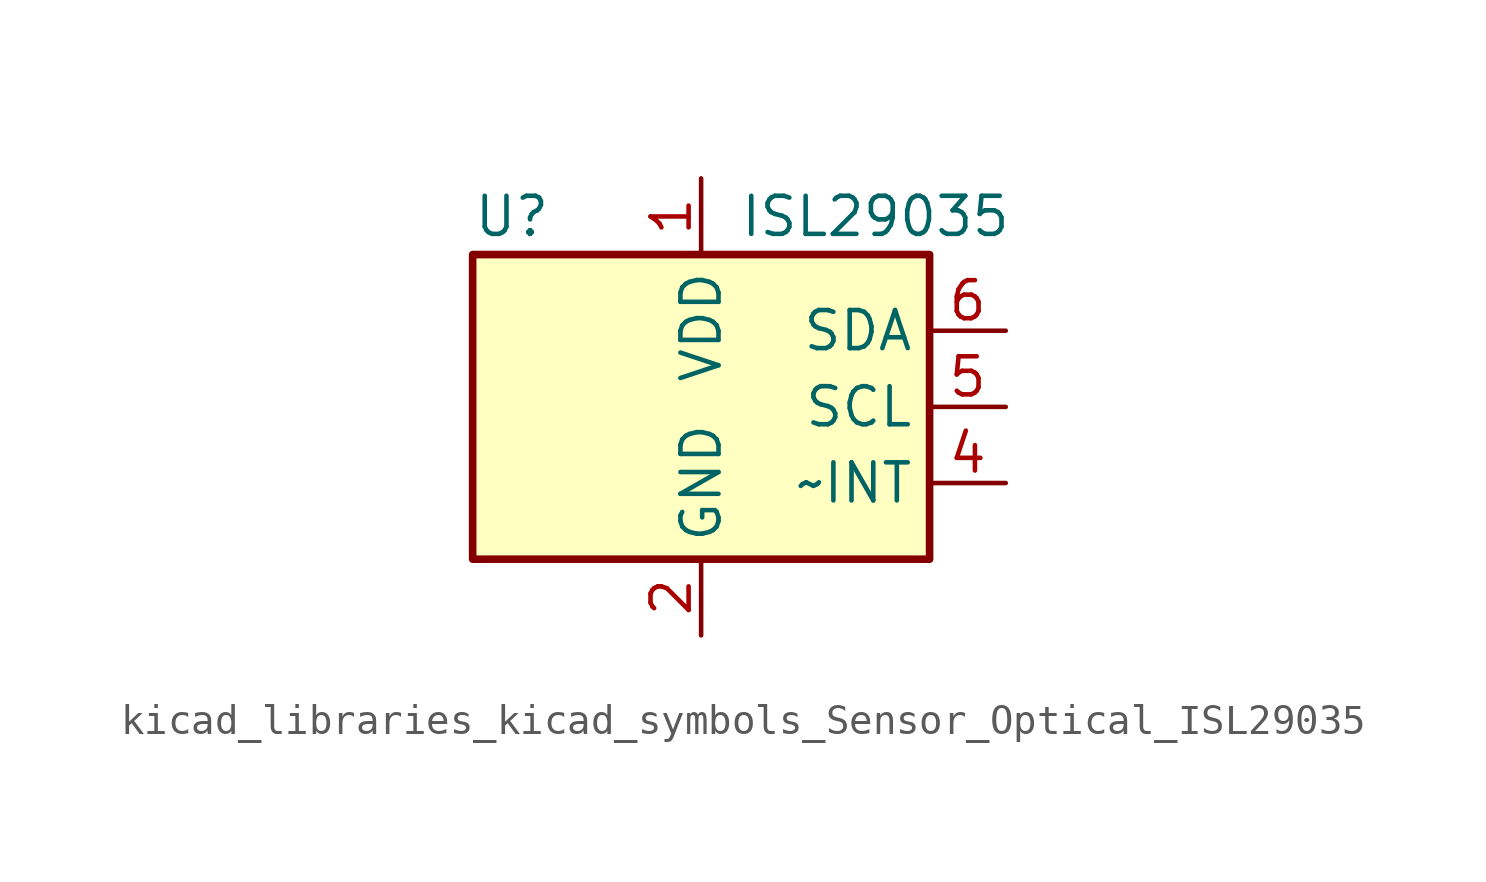
<source format=kicad_sym>
(kicad_symbol_lib
  (version 20220914)
  (generator kicad_symbol_editor)
  (symbol "kicad_libraries_kicad_symbols_Sensor_Optical_ISL29035"
    (property "Reference" "U"
      (at -7.62 6.35 0)
      (effects (font (size 1.27 1.27)) (justify left)))
    (property "Value" "ISL29035"
      (at 1.27 6.35 0)
      (effects (font (size 1.27 1.27)) (justify left)))
    (symbol "kicad_libraries_kicad_symbols_Sensor_Optical_ISL29035_0_1"
      (rectangle (start -7.62 5.08) (end 7.62 -5.08) (stroke (width 0.254) (type default)) (fill (type background))))
    (symbol "kicad_libraries_kicad_symbols_Sensor_Optical_ISL29035_1_1"
      (pin power_in line (at 0 7.62 270) (length 2.54) (name "VDD" (effects (font (size 1.27 1.27)))) (number "1" (effects (font (size 1.27 1.27)))))
      (pin power_in line (at 0 -7.62 90) (length 2.54) (name "GND" (effects (font (size 1.27 1.27)))) (number "2" (effects (font (size 1.27 1.27)))))
      (pin no_connect line (at -7.62 0 0) (length 2.54) hide (name "NC" (effects (font (size 1.27 1.27)))) (number "3" (effects (font (size 1.27 1.27)))))
      (pin open_collector line (at 10.16 -2.54 180) (length 2.54) (name "~INT" (effects (font (size 1.27 1.27)))) (number "4" (effects (font (size 1.27 1.27)))))
      (pin input line (at 10.16 0 180) (length 2.54) (name "SCL" (effects (font (size 1.27 1.27)))) (number "5" (effects (font (size 1.27 1.27)))))
      (pin bidirectional line (at 10.16 2.54 180) (length 2.54) (name "SDA" (effects (font (size 1.27 1.27)))) (number "6" (effects (font (size 1.27 1.27))))))))
</source>
